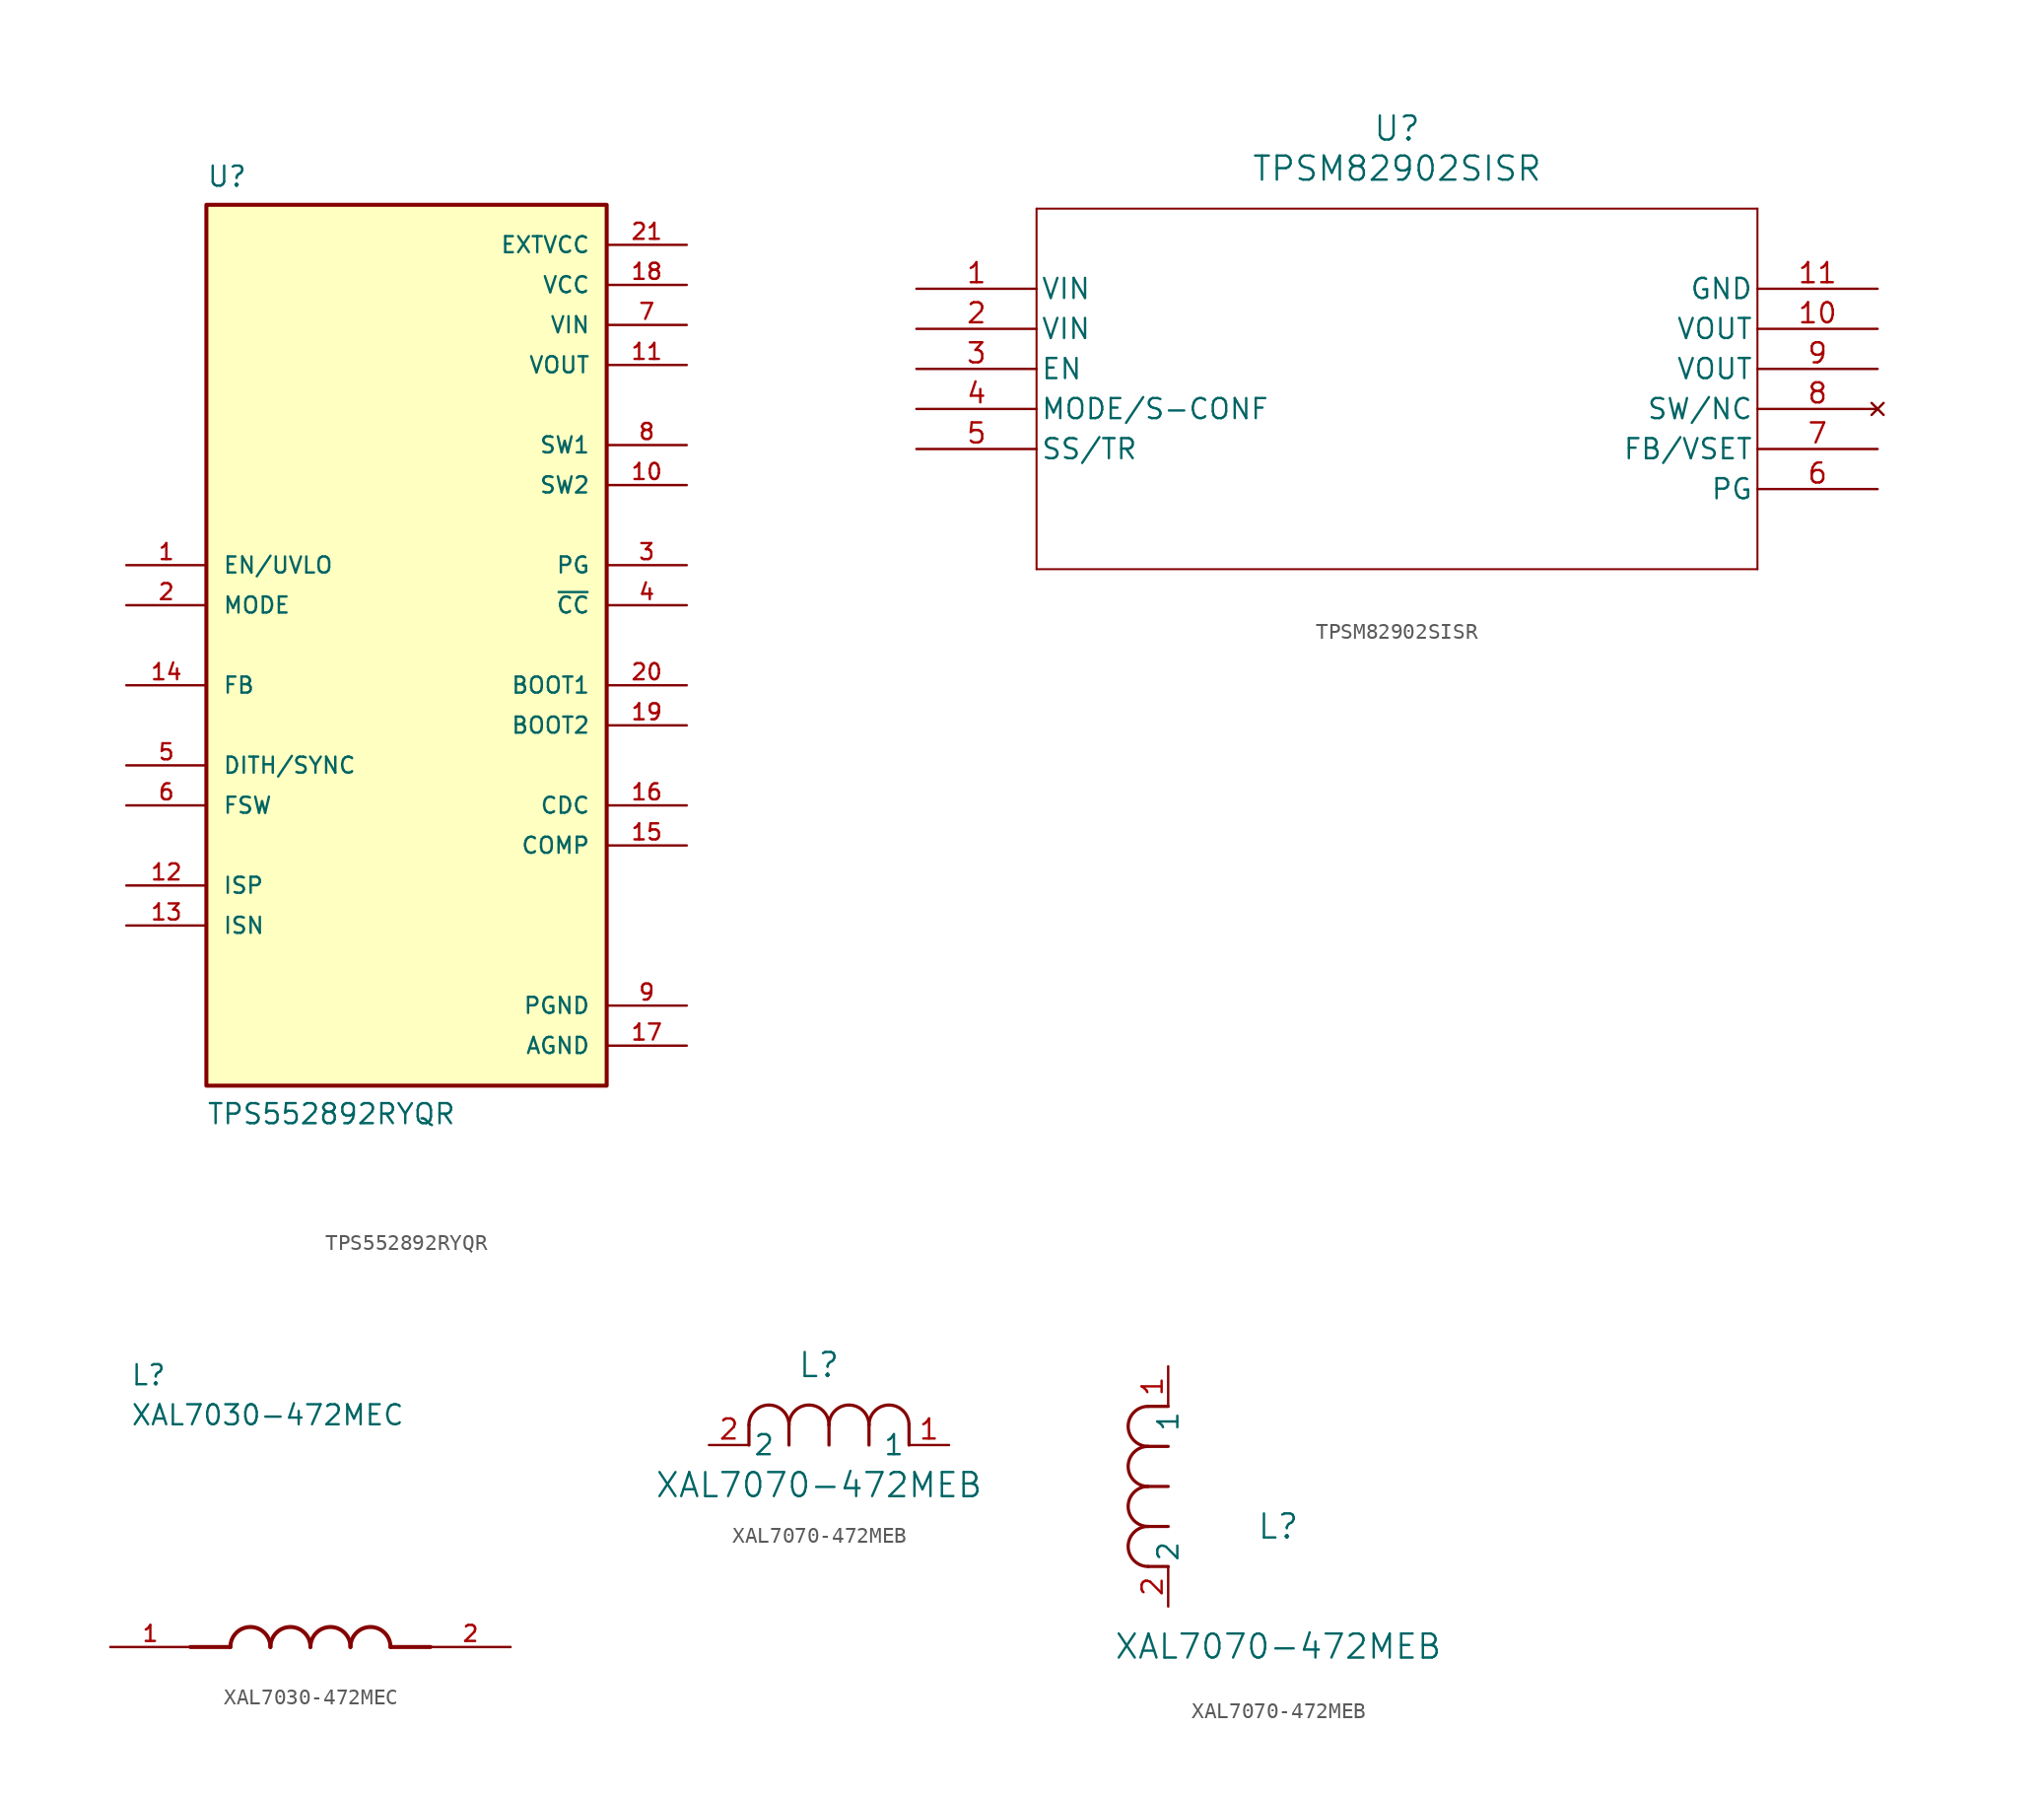
<source format=kicad_sym>
(kicad_symbol_lib
  (version 20220914)
  (generator kicad_symbol_editor)
  (symbol "TPS552892RYQR"
    (pin_names
      (offset 1.016))
    (property "Reference" "U"
      (at -12.7 30.48 0)
      (effects (font (size 1.27 1.27)) (justify left top)))
    (property "Value" "TPS552892RYQR"
      (at -12.7 -30.48 0)
      (effects (font (size 1.27 1.27)) (justify left bottom)))
    (symbol "TPS552892RYQR_0_0"
      (rectangle (start -12.7 -27.94) (end 12.7 27.94) (stroke (width 0.254) (type default)) (fill (type background)))
      (pin input line (at -17.78 5.08 0) (length 5.08) (name "EN/UVLO" (effects (font (size 1.016 1.016)))) (number "1" (effects (font (size 1.016 1.016)))))
      (pin power_in line (at 17.78 10.16 180) (length 5.08) (name "SW2" (effects (font (size 1.016 1.016)))) (number "10" (effects (font (size 1.016 1.016)))))
      (pin power_in line (at 17.78 17.78 180) (length 5.08) (name "VOUT" (effects (font (size 1.016 1.016)))) (number "11" (effects (font (size 1.016 1.016)))))
      (pin input line (at -17.78 -15.24 0) (length 5.08) (name "ISP" (effects (font (size 1.016 1.016)))) (number "12" (effects (font (size 1.016 1.016)))))
      (pin input line (at -17.78 -17.78 0) (length 5.08) (name "ISN" (effects (font (size 1.016 1.016)))) (number "13" (effects (font (size 1.016 1.016)))))
      (pin input line (at -17.78 -2.54 0) (length 5.08) (name "FB" (effects (font (size 1.016 1.016)))) (number "14" (effects (font (size 1.016 1.016)))))
      (pin output line (at 17.78 -12.7 180) (length 5.08) (name "COMP" (effects (font (size 1.016 1.016)))) (number "15" (effects (font (size 1.016 1.016)))))
      (pin output line (at 17.78 -10.16 180) (length 5.08) (name "CDC" (effects (font (size 1.016 1.016)))) (number "16" (effects (font (size 1.016 1.016)))))
      (pin power_in line (at 17.78 -25.4 180) (length 5.08) (name "AGND" (effects (font (size 1.016 1.016)))) (number "17" (effects (font (size 1.016 1.016)))))
      (pin power_in line (at 17.78 22.86 180) (length 5.08) (name "VCC" (effects (font (size 1.016 1.016)))) (number "18" (effects (font (size 1.016 1.016)))))
      (pin output line (at 17.78 -5.08 180) (length 5.08) (name "BOOT2" (effects (font (size 1.016 1.016)))) (number "19" (effects (font (size 1.016 1.016)))))
      (pin input line (at -17.78 2.54 0) (length 5.08) (name "MODE" (effects (font (size 1.016 1.016)))) (number "2" (effects (font (size 1.016 1.016)))))
      (pin output line (at 17.78 -2.54 180) (length 5.08) (name "BOOT1" (effects (font (size 1.016 1.016)))) (number "20" (effects (font (size 1.016 1.016)))))
      (pin power_in line (at 17.78 25.4 180) (length 5.08) (name "EXTVCC" (effects (font (size 1.016 1.016)))) (number "21" (effects (font (size 1.016 1.016)))))
      (pin output line (at 17.78 5.08 180) (length 5.08) (name "PG" (effects (font (size 1.016 1.016)))) (number "3" (effects (font (size 1.016 1.016)))))
      (pin output line (at 17.78 2.54 180) (length 5.08) (name "~{CC}" (effects (font (size 1.016 1.016)))) (number "4" (effects (font (size 1.016 1.016)))))
      (pin input line (at -17.78 -7.62 0) (length 5.08) (name "DITH/SYNC" (effects (font (size 1.016 1.016)))) (number "5" (effects (font (size 1.016 1.016)))))
      (pin input line (at -17.78 -10.16 0) (length 5.08) (name "FSW" (effects (font (size 1.016 1.016)))) (number "6" (effects (font (size 1.016 1.016)))))
      (pin power_in line (at 17.78 20.32 180) (length 5.08) (name "VIN" (effects (font (size 1.016 1.016)))) (number "7" (effects (font (size 1.016 1.016)))))
      (pin power_in line (at 17.78 12.7 180) (length 5.08) (name "SW1" (effects (font (size 1.016 1.016)))) (number "8" (effects (font (size 1.016 1.016)))))
      (pin power_in line (at 17.78 -22.86 180) (length 5.08) (name "PGND" (effects (font (size 1.016 1.016)))) (number "9" (effects (font (size 1.016 1.016)))))))
  (symbol "TPSM82902SISR"
    (pin_names
      (offset 0.254))
    (property "Reference" "U"
      (at 30.48 10.16 0)
      (effects (font (size 1.524 1.524))))
    (property "Value" "TPSM82902SISR"
      (at 30.48 7.62 0)
      (effects (font (size 1.524 1.524))))
    (property "ki_locked" ""
      (at 0 0 0)
      (effects (font (size 1.27 1.27))))
    (symbol "TPSM82902SISR_0_1"
      (polyline (pts (xy 7.62 -17.78) (xy 53.34 -17.78)) (stroke (width 0.127) (type default)) (fill (type none)))
      (polyline (pts (xy 7.62 5.08) (xy 7.62 -17.78)) (stroke (width 0.127) (type default)) (fill (type none)))
      (polyline (pts (xy 53.34 -17.78) (xy 53.34 5.08)) (stroke (width 0.127) (type default)) (fill (type none)))
      (polyline (pts (xy 53.34 5.08) (xy 7.62 5.08)) (stroke (width 0.127) (type default)) (fill (type none)))
      (pin power_in line (at 0 0 0) (length 7.62) (name "VIN" (effects (font (size 1.27 1.27)))) (number "1" (effects (font (size 1.27 1.27)))))
      (pin output line (at 60.96 -2.54 180) (length 7.62) (name "VOUT" (effects (font (size 1.27 1.27)))) (number "10" (effects (font (size 1.27 1.27)))))
      (pin power_out line (at 60.96 0 180) (length 7.62) (name "GND" (effects (font (size 1.27 1.27)))) (number "11" (effects (font (size 1.27 1.27)))))
      (pin power_in line (at 0 -2.54 0) (length 7.62) (name "VIN" (effects (font (size 1.27 1.27)))) (number "2" (effects (font (size 1.27 1.27)))))
      (pin input line (at 0 -5.08 0) (length 7.62) (name "EN" (effects (font (size 1.27 1.27)))) (number "3" (effects (font (size 1.27 1.27)))))
      (pin input line (at 0 -7.62 0) (length 7.62) (name "MODE/S-CONF" (effects (font (size 1.27 1.27)))) (number "4" (effects (font (size 1.27 1.27)))))
      (pin input line (at 0 -10.16 0) (length 7.62) (name "SS/TR" (effects (font (size 1.27 1.27)))) (number "5" (effects (font (size 1.27 1.27)))))
      (pin output line (at 60.96 -12.7 180) (length 7.62) (name "PG" (effects (font (size 1.27 1.27)))) (number "6" (effects (font (size 1.27 1.27)))))
      (pin input line (at 60.96 -10.16 180) (length 7.62) (name "FB/VSET" (effects (font (size 1.27 1.27)))) (number "7" (effects (font (size 1.27 1.27)))))
      (pin no_connect line (at 60.96 -7.62 180) (length 7.62) (name "SW/NC" (effects (font (size 1.27 1.27)))) (number "8" (effects (font (size 1.27 1.27)))))
      (pin output line (at 60.96 -5.08 180) (length 7.62) (name "VOUT" (effects (font (size 1.27 1.27)))) (number "9" (effects (font (size 1.27 1.27)))))))
  (symbol "XAL7030-472MEC"
    (pin_names
      (offset 1.016))
    (property "Reference" "L"
      (at -10.16 7.62 0)
      (effects (font (size 1.27 1.27)) (justify left bottom)))
    (property "Value" "XAL7030-472MEC"
      (at -10.16 5.08 0)
      (effects (font (size 1.27 1.27)) (justify left bottom)))
    (symbol "XAL7030-472MEC_0_0"
      (arc (start -1.27 -8.89) (mid -2.54 -7.6255) (end -3.81 -8.89) (stroke (width 0.254) (type default)) (fill (type none)))
      (polyline (pts (xy -3.81 -8.89) (xy -6.35 -8.89)) (stroke (width 0.254) (type default)) (fill (type none)))
      (polyline (pts (xy 6.35 -8.89) (xy 8.89 -8.89)) (stroke (width 0.254) (type default)) (fill (type none)))
      (arc (start 1.27 -8.89) (mid 0 -7.6255) (end -1.27 -8.89) (stroke (width 0.254) (type default)) (fill (type none)))
      (arc (start 3.81 -8.89) (mid 2.54 -7.6255) (end 1.27 -8.89) (stroke (width 0.254) (type default)) (fill (type none)))
      (arc (start 6.35 -8.89) (mid 5.08 -7.6255) (end 3.81 -8.89) (stroke (width 0.254) (type default)) (fill (type none)))
      (pin passive line (at -11.43 -8.89 0) (length 5.08) (name "~" (effects (font (size 1.016 1.016)))) (number "1" (effects (font (size 1.016 1.016)))))
      (pin passive line (at 13.97 -8.89 180) (length 5.08) (name "~" (effects (font (size 1.016 1.016)))) (number "2" (effects (font (size 1.016 1.016)))))))
  (symbol "XAL7070-472MEB"
    (pin_names
      (offset 0.254))
    (property "Reference" "L"
      (at 6.985 5.08 0)
      (effects (font (size 1.524 1.524))))
    (property "Value" "XAL7070-472MEB"
      (at 6.985 -2.54 0)
      (effects (font (size 1.524 1.524))))
    (symbol "XAL7070-472MEB_1_1"
      (polyline (pts (xy 2.54 0) (xy 2.54 1.27)) (stroke (width 0.203) (type default)) (fill (type none)))
      (polyline (pts (xy 5.08 0) (xy 5.08 1.27)) (stroke (width 0.203) (type default)) (fill (type none)))
      (polyline (pts (xy 7.62 0) (xy 7.62 1.27)) (stroke (width 0.203) (type default)) (fill (type none)))
      (polyline (pts (xy 10.16 0) (xy 10.16 1.27)) (stroke (width 0.203) (type default)) (fill (type none)))
      (polyline (pts (xy 12.7 0) (xy 12.7 1.27)) (stroke (width 0.203) (type default)) (fill (type none)))
      (arc (start 5.08 1.27) (mid 3.81 2.5345) (end 2.54 1.27) (stroke (width 0.2032) (type default)) (fill (type none)))
      (arc (start 7.62 1.27) (mid 6.35 2.5345) (end 5.08 1.27) (stroke (width 0.2032) (type default)) (fill (type none)))
      (arc (start 10.16 1.27) (mid 8.89 2.5345) (end 7.62 1.27) (stroke (width 0.2032) (type default)) (fill (type none)))
      (arc (start 12.7 1.27) (mid 11.43 2.5345) (end 10.16 1.27) (stroke (width 0.2032) (type default)) (fill (type none)))
      (pin unspecified line (at 15.24 0 180) (length 2.54) (name "1" (effects (font (size 1.27 1.27)))) (number "1" (effects (font (size 1.27 1.27)))))
      (pin unspecified line (at 0 0 0) (length 2.54) (name "2" (effects (font (size 1.27 1.27)))) (number "2" (effects (font (size 1.27 1.27))))))
    (symbol "XAL7070-472MEB_1_2"
      (arc (start -1.27 5.08) (mid -2.5345 3.81) (end -1.27 2.54) (stroke (width 0.2032) (type default)) (fill (type none)))
      (arc (start -1.27 7.62) (mid -2.5345 6.35) (end -1.27 5.08) (stroke (width 0.2032) (type default)) (fill (type none)))
      (arc (start -1.27 10.16) (mid -2.5345 8.89) (end -1.27 7.62) (stroke (width 0.2032) (type default)) (fill (type none)))
      (arc (start -1.27 12.7) (mid -2.5345 11.43) (end -1.27 10.16) (stroke (width 0.2032) (type default)) (fill (type none)))
      (polyline (pts (xy 0 2.54) (xy -1.27 2.54)) (stroke (width 0.203) (type default)) (fill (type none)))
      (polyline (pts (xy 0 5.08) (xy -1.27 5.08)) (stroke (width 0.203) (type default)) (fill (type none)))
      (polyline (pts (xy 0 7.62) (xy -1.27 7.62)) (stroke (width 0.203) (type default)) (fill (type none)))
      (polyline (pts (xy 0 10.16) (xy -1.27 10.16)) (stroke (width 0.203) (type default)) (fill (type none)))
      (polyline (pts (xy 0 12.7) (xy -1.27 12.7)) (stroke (width 0.203) (type default)) (fill (type none)))
      (pin unspecified line (at 0 15.24 270) (length 2.54) (name "1" (effects (font (size 1.27 1.27)))) (number "1" (effects (font (size 1.27 1.27)))))
      (pin unspecified line (at 0 0 90) (length 2.54) (name "2" (effects (font (size 1.27 1.27)))) (number "2" (effects (font (size 1.27 1.27))))))))
</source>
